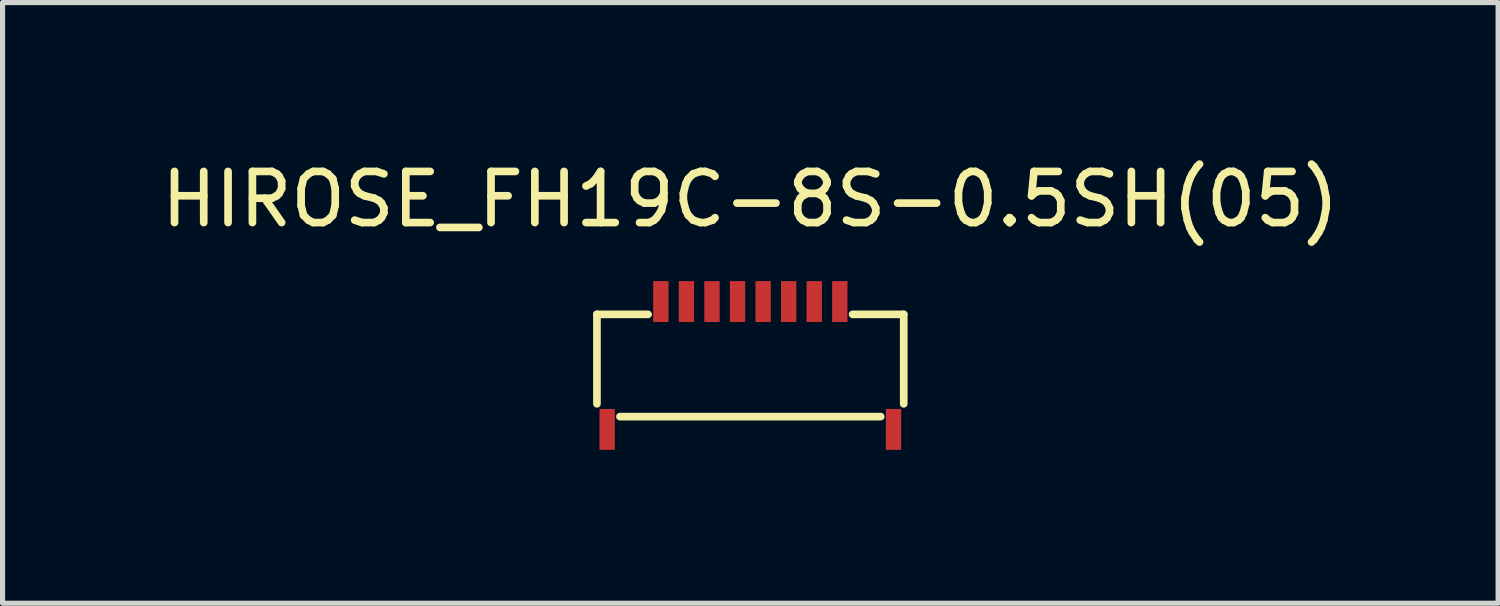
<source format=kicad_pcb>
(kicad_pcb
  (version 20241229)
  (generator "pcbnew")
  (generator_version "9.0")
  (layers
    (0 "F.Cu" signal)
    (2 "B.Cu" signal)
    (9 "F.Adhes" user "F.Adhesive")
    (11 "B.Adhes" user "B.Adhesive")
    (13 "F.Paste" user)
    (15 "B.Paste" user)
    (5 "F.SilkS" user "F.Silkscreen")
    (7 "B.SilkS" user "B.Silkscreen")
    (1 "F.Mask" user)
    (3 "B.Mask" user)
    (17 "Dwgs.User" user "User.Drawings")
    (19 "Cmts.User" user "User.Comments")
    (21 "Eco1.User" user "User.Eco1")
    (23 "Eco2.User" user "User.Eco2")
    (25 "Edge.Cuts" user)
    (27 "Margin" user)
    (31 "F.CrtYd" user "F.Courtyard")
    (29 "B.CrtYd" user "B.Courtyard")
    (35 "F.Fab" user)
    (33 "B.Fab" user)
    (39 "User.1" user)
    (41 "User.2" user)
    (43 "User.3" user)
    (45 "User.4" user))
  (footprint "HIROSE_FH19C-8S-0.5SH(05)"
    (layer "F.Cu")
    (at 11.625 2.848)
    (property "Reference" "HIROSE_FH19C-8S-0.5SH(05)" (at 0 -2 0) (layer "F.SilkS") (effects (font (size 1 1) (thickness 0.15))))
    (attr through_hole)
    (fp_line (start -3 0.25) (end -3 2) (stroke (width 0.15) (type solid)) (layer "F.SilkS"))
    (fp_line (start -3 0.25) (end -2 0.25) (stroke (width 0.15) (type solid)) (layer "F.SilkS"))
    (fp_line (start -2.55 2.25) (end 2.55 2.25) (stroke (width 0.15) (type solid)) (layer "F.SilkS"))
    (fp_line (start 3 0.25) (end 2 0.25) (stroke (width 0.15) (type solid)) (layer "F.SilkS"))
    (fp_line (start 3 0.25) (end 3 2) (stroke (width 0.15) (type solid)) (layer "F.SilkS"))
    (pad "" smd rect (at -2.8 2.5) (size 0.3 0.8) (layers "F.Cu" "F.Mask" "F.Paste"))
    (pad "" smd rect (at 2.8 2.5) (size 0.3 0.8) (layers "F.Cu" "F.Mask" "F.Paste"))
    (pad "1" smd rect (at -1.75 0) (size 0.3 0.8) (layers "F.Cu" "F.Mask" "F.Paste"))
    (pad "2" smd rect (at -1.25 0) (size 0.3 0.8) (layers "F.Cu" "F.Mask" "F.Paste"))
    (pad "3" smd rect (at -0.75 0) (size 0.3 0.8) (layers "F.Cu" "F.Mask" "F.Paste"))
    (pad "4" smd rect (at -0.25 0) (size 0.3 0.8) (layers "F.Cu" "F.Mask" "F.Paste"))
    (pad "5" smd rect (at 0.25 0) (size 0.3 0.8) (layers "F.Cu" "F.Mask" "F.Paste"))
    (pad "6" smd rect (at 0.75 0) (size 0.3 0.8) (layers "F.Cu" "F.Mask" "F.Paste"))
    (pad "7" smd rect (at 1.25 0) (size 0.3 0.8) (layers "F.Cu" "F.Mask" "F.Paste"))
    (pad "8" smd rect (at 1.75 0) (size 0.3 0.8) (layers "F.Cu" "F.Mask" "F.Paste")))
  (gr_rect
    (start -3 -3)
    (end 26.25 8.748)
    (stroke (width 0.1) (type default))
    (fill no)
    (layer "Edge.Cuts")))
</source>
